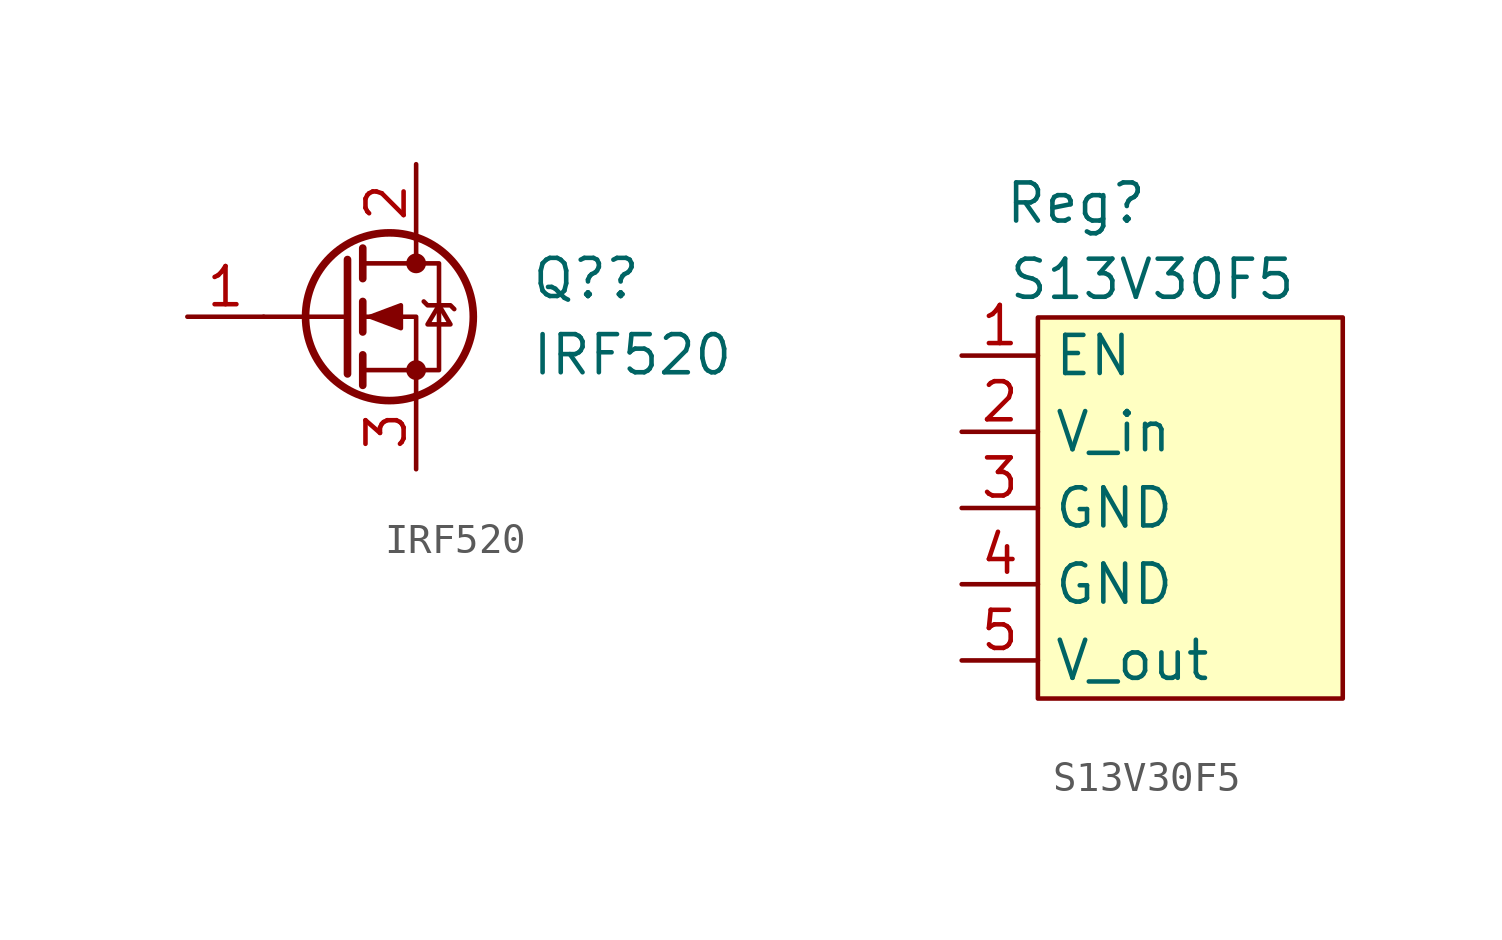
<source format=kicad_sym>
(kicad_symbol_lib
  (version 20211014)
  (generator kicad_symbol_editor)
  (symbol "IRF520"
    (pin_names hide)
    (property "Reference" "Q?"
      (at 6.35 1.27 0)
      (effects (font (size 1.27 1.27)) (justify left)))
    (property "Value" "IRF520"
      (at 6.35 -1.27 0)
      (effects (font (size 1.27 1.27)) (justify left)))
    (symbol "IRF520_0_1"
      (polyline (pts (xy 0.254 0) (xy -2.54 0)) (stroke (width 0) (type default) (color 0 0 0 0)) (fill (type none)))
      (polyline (pts (xy 0.254 1.905) (xy 0.254 -1.905)) (stroke (width 0.254) (type default) (color 0 0 0 0)) (fill (type none)))
      (polyline (pts (xy 0.762 -1.27) (xy 0.762 -2.286)) (stroke (width 0.254) (type default) (color 0 0 0 0)) (fill (type none)))
      (polyline (pts (xy 0.762 0.508) (xy 0.762 -0.508)) (stroke (width 0.254) (type default) (color 0 0 0 0)) (fill (type none)))
      (polyline (pts (xy 0.762 2.286) (xy 0.762 1.27)) (stroke (width 0.254) (type default) (color 0 0 0 0)) (fill (type none)))
      (polyline (pts (xy 2.54 2.54) (xy 2.54 1.778)) (stroke (width 0) (type default) (color 0 0 0 0)) (fill (type none)))
      (polyline (pts (xy 2.54 -2.54) (xy 2.54 0) (xy 0.762 0)) (stroke (width 0) (type default) (color 0 0 0 0)) (fill (type none)))
      (polyline (pts (xy 0.762 -1.778) (xy 3.302 -1.778) (xy 3.302 1.778) (xy 0.762 1.778)) (stroke (width 0) (type default) (color 0 0 0 0)) (fill (type none)))
      (polyline (pts (xy 1.016 0) (xy 2.032 0.381) (xy 2.032 -0.381) (xy 1.016 0)) (stroke (width 0) (type default) (color 0 0 0 0)) (fill (type outline)))
      (polyline (pts (xy 2.794 0.508) (xy 2.921 0.381) (xy 3.683 0.381) (xy 3.81 0.254)) (stroke (width 0) (type default) (color 0 0 0 0)) (fill (type none)))
      (polyline (pts (xy 3.302 0.381) (xy 2.921 -0.254) (xy 3.683 -0.254) (xy 3.302 0.381)) (stroke (width 0) (type default) (color 0 0 0 0)) (fill (type none)))
      (circle (center 1.651 0) (radius 2.794) (stroke (width 0.254) (type default) (color 0 0 0 0)) (fill (type none)))
      (circle (center 2.54 -1.778) (radius 0.254) (stroke (width 0) (type default) (color 0 0 0 0)) (fill (type outline)))
      (circle (center 2.54 1.778) (radius 0.254) (stroke (width 0) (type default) (color 0 0 0 0)) (fill (type outline))))
    (symbol "IRF520_1_1"
      (pin input line (at -5.08 0 0) (length 2.54) (name "G" (effects (font (size 1.27 1.27)))) (number "1" (effects (font (size 1.27 1.27)))))
      (pin passive line (at 2.54 5.08 270) (length 2.54) (name "D" (effects (font (size 1.27 1.27)))) (number "2" (effects (font (size 1.27 1.27)))))
      (pin passive line (at 2.54 -5.08 90) (length 2.54) (name "S" (effects (font (size 1.27 1.27)))) (number "3" (effects (font (size 1.27 1.27)))))))
  (symbol "S13V30F5"
    (property "Reference" "Reg"
      (at -3.81 -2.54 0)
      (effects (font (size 1.27 1.27))))
    (property "Value" "S13V30F5"
      (at -1.27 -5.08 0)
      (effects (font (size 1.27 1.27))))
    (symbol "S13V30F5_0_1"
      (rectangle (start -5.08 -6.35) (end 5.08 -19.05) (stroke (width 0) (type default) (color 0 0 0 0)) (fill (type background))))
    (symbol "S13V30F5_1_1"
      (pin input line (at -7.62 -7.62 0) (length 2.54) (name "EN" (effects (font (size 1.27 1.27)))) (number "1" (effects (font (size 1.27 1.27)))))
      (pin power_in line (at -7.62 -10.16 0) (length 2.54) (name "V_in" (effects (font (size 1.27 1.27)))) (number "2" (effects (font (size 1.27 1.27)))))
      (pin power_in line (at -7.62 -12.7 0) (length 2.54) (name "GND" (effects (font (size 1.27 1.27)))) (number "3" (effects (font (size 1.27 1.27)))))
      (pin power_out line (at -7.62 -15.24 0) (length 2.54) (name "GND" (effects (font (size 1.27 1.27)))) (number "4" (effects (font (size 1.27 1.27)))))
      (pin power_out line (at -7.62 -17.78 0) (length 2.54) (name "V_out" (effects (font (size 1.27 1.27)))) (number "5" (effects (font (size 1.27 1.27))))))))
</source>
